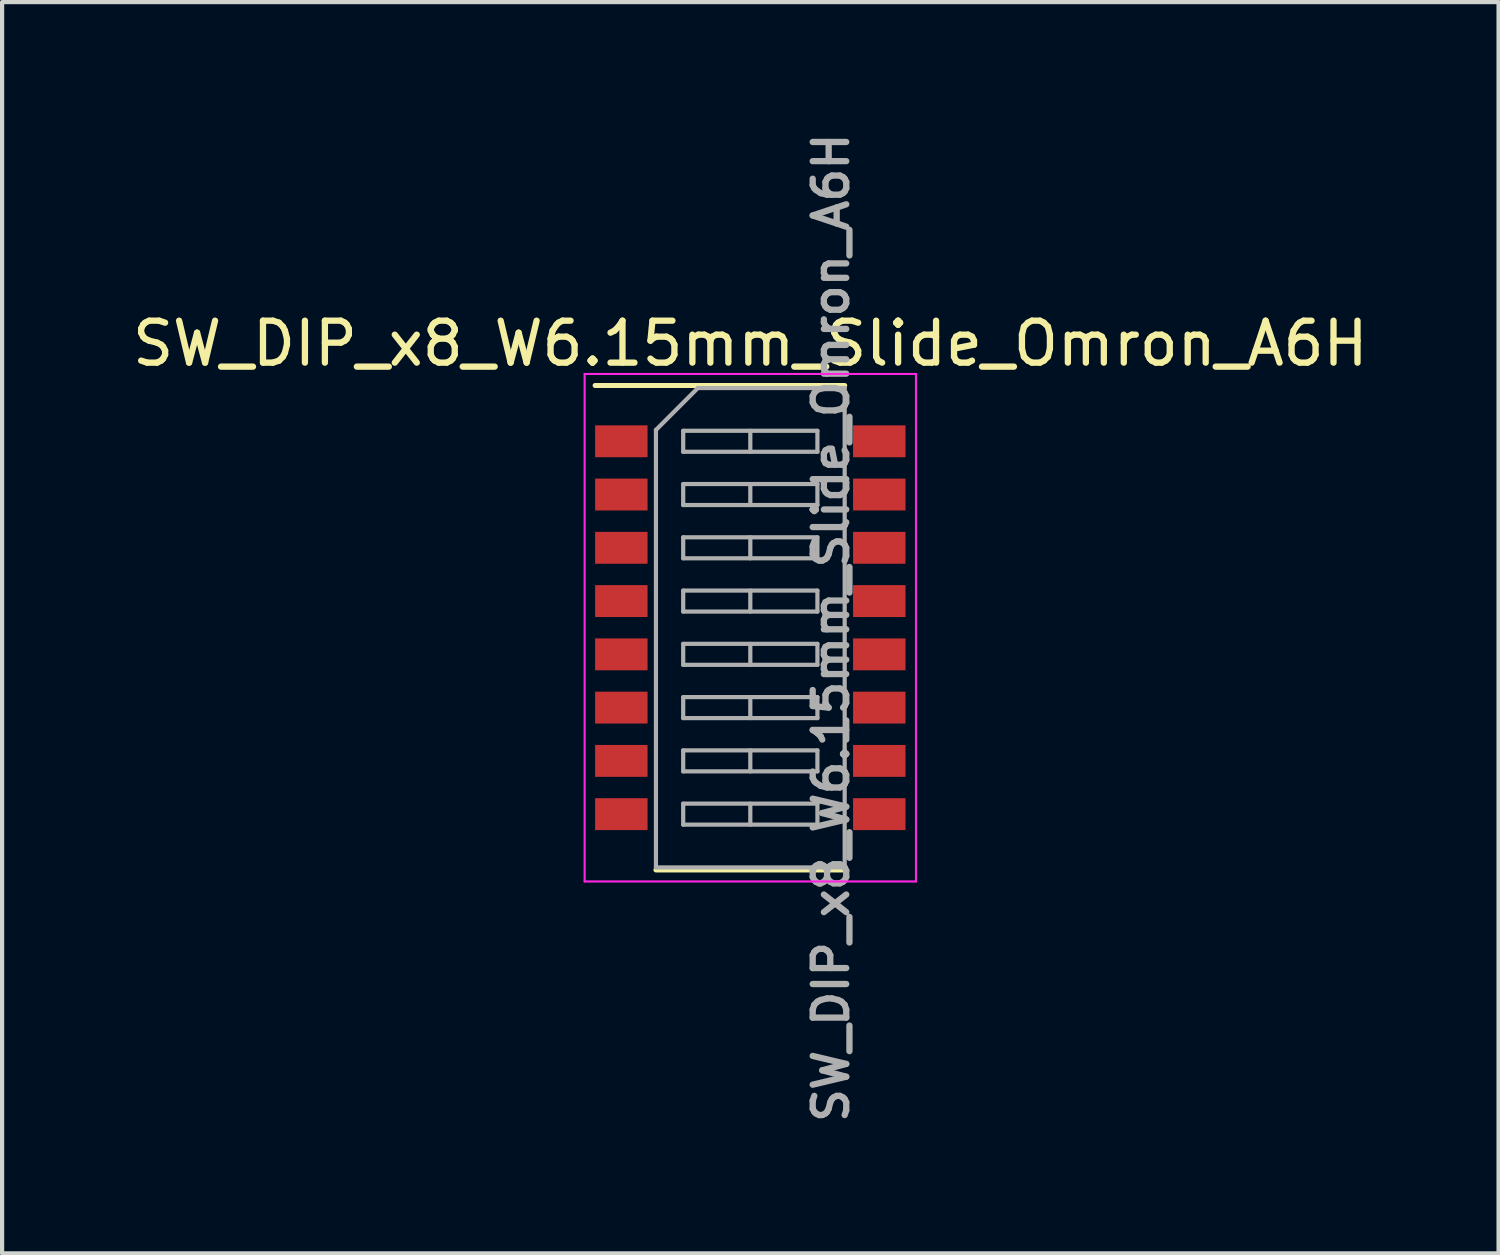
<source format=kicad_pcb>
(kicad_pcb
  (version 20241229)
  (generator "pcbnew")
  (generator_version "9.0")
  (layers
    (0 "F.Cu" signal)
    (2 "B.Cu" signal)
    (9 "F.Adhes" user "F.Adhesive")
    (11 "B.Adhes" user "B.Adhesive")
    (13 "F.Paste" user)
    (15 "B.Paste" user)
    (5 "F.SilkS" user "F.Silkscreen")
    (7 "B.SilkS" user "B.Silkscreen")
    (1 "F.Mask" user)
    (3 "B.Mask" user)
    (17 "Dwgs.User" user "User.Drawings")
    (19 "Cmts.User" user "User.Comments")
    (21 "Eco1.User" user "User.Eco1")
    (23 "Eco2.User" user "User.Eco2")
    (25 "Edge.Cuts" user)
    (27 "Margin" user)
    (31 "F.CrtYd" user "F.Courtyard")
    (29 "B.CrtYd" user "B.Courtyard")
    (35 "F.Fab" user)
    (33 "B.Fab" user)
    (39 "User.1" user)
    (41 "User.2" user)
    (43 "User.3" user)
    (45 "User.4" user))
  (footprint "SW_DIP_x8_W6.15mm_Slide_Omron_A6H"
    (layer "F.Cu")
    (at 14.839 11.916)
    (property "Reference" "SW_DIP_x8_W6.15mm_Slide_Omron_A6H" (at 0 -6.775 0) (layer "F.SilkS") (effects (font (size 1 1) (thickness 0.15))))
    (attr smd)
    (fp_line (start -3.7 -5.775) (end 2.25 -5.775) (stroke (width 0.12) (type solid)) (layer "F.SilkS"))
    (fp_line (start -2.25 5.775) (end 2.25 5.775) (stroke (width 0.12) (type solid)) (layer "F.SilkS"))
    (fp_line (start -3.95 -6.05) (end -3.95 6.05) (stroke (width 0.05) (type solid)) (layer "F.CrtYd"))
    (fp_line (start -3.95 6.05) (end 3.95 6.05) (stroke (width 0.05) (type solid)) (layer "F.CrtYd"))
    (fp_line (start 3.95 -6.05) (end -3.95 -6.05) (stroke (width 0.05) (type solid)) (layer "F.CrtYd"))
    (fp_line (start 3.95 6.05) (end 3.95 -6.05) (stroke (width 0.05) (type solid)) (layer "F.CrtYd"))
    (fp_line (start -2.25 -4.715) (end -1.25 -5.715) (stroke (width 0.1) (type solid)) (layer "F.Fab"))
    (fp_line (start -2.25 5.715) (end -2.25 -4.715) (stroke (width 0.1) (type solid)) (layer "F.Fab"))
    (fp_line (start -1.6 -4.695) (end -1.6 -4.195) (stroke (width 0.1) (type solid)) (layer "F.Fab"))
    (fp_line (start -1.6 -4.195) (end 1.6 -4.195) (stroke (width 0.1) (type solid)) (layer "F.Fab"))
    (fp_line (start -1.6 -3.425) (end -1.6 -2.925) (stroke (width 0.1) (type solid)) (layer "F.Fab"))
    (fp_line (start -1.6 -2.925) (end 1.6 -2.925) (stroke (width 0.1) (type solid)) (layer "F.Fab"))
    (fp_line (start -1.6 -2.155) (end -1.6 -1.655) (stroke (width 0.1) (type solid)) (layer "F.Fab"))
    (fp_line (start -1.6 -1.655) (end 1.6 -1.655) (stroke (width 0.1) (type solid)) (layer "F.Fab"))
    (fp_line (start -1.6 -0.885) (end -1.6 -0.385) (stroke (width 0.1) (type solid)) (layer "F.Fab"))
    (fp_line (start -1.6 -0.385) (end 1.6 -0.385) (stroke (width 0.1) (type solid)) (layer "F.Fab"))
    (fp_line (start -1.6 0.385) (end -1.6 0.885) (stroke (width 0.1) (type solid)) (layer "F.Fab"))
    (fp_line (start -1.6 0.885) (end 1.6 0.885) (stroke (width 0.1) (type solid)) (layer "F.Fab"))
    (fp_line (start -1.6 1.655) (end -1.6 2.155) (stroke (width 0.1) (type solid)) (layer "F.Fab"))
    (fp_line (start -1.6 2.155) (end 1.6 2.155) (stroke (width 0.1) (type solid)) (layer "F.Fab"))
    (fp_line (start -1.6 2.925) (end -1.6 3.425) (stroke (width 0.1) (type solid)) (layer "F.Fab"))
    (fp_line (start -1.6 3.425) (end 1.6 3.425) (stroke (width 0.1) (type solid)) (layer "F.Fab"))
    (fp_line (start -1.6 4.195) (end -1.6 4.695) (stroke (width 0.1) (type solid)) (layer "F.Fab"))
    (fp_line (start -1.6 4.695) (end 1.6 4.695) (stroke (width 0.1) (type solid)) (layer "F.Fab"))
    (fp_line (start -1.25 -5.715) (end 2.25 -5.715) (stroke (width 0.1) (type solid)) (layer "F.Fab"))
    (fp_line (start 0 -4.695) (end 0 -4.195) (stroke (width 0.1) (type solid)) (layer "F.Fab"))
    (fp_line (start 0 -3.425) (end 0 -2.925) (stroke (width 0.1) (type solid)) (layer "F.Fab"))
    (fp_line (start 0 -2.155) (end 0 -1.655) (stroke (width 0.1) (type solid)) (layer "F.Fab"))
    (fp_line (start 0 -0.885) (end 0 -0.385) (stroke (width 0.1) (type solid)) (layer "F.Fab"))
    (fp_line (start 0 0.385) (end 0 0.885) (stroke (width 0.1) (type solid)) (layer "F.Fab"))
    (fp_line (start 0 1.655) (end 0 2.155) (stroke (width 0.1) (type solid)) (layer "F.Fab"))
    (fp_line (start 0 2.925) (end 0 3.425) (stroke (width 0.1) (type solid)) (layer "F.Fab"))
    (fp_line (start 0 4.195) (end 0 4.695) (stroke (width 0.1) (type solid)) (layer "F.Fab"))
    (fp_line (start 1.6 -4.695) (end -1.6 -4.695) (stroke (width 0.1) (type solid)) (layer "F.Fab"))
    (fp_line (start 1.6 -4.195) (end 1.6 -4.695) (stroke (width 0.1) (type solid)) (layer "F.Fab"))
    (fp_line (start 1.6 -3.425) (end -1.6 -3.425) (stroke (width 0.1) (type solid)) (layer "F.Fab"))
    (fp_line (start 1.6 -2.925) (end 1.6 -3.425) (stroke (width 0.1) (type solid)) (layer "F.Fab"))
    (fp_line (start 1.6 -2.155) (end -1.6 -2.155) (stroke (width 0.1) (type solid)) (layer "F.Fab"))
    (fp_line (start 1.6 -1.655) (end 1.6 -2.155) (stroke (width 0.1) (type solid)) (layer "F.Fab"))
    (fp_line (start 1.6 -0.885) (end -1.6 -0.885) (stroke (width 0.1) (type solid)) (layer "F.Fab"))
    (fp_line (start 1.6 -0.385) (end 1.6 -0.885) (stroke (width 0.1) (type solid)) (layer "F.Fab"))
    (fp_line (start 1.6 0.385) (end -1.6 0.385) (stroke (width 0.1) (type solid)) (layer "F.Fab"))
    (fp_line (start 1.6 0.885) (end 1.6 0.385) (stroke (width 0.1) (type solid)) (layer "F.Fab"))
    (fp_line (start 1.6 1.655) (end -1.6 1.655) (stroke (width 0.1) (type solid)) (layer "F.Fab"))
    (fp_line (start 1.6 2.155) (end 1.6 1.655) (stroke (width 0.1) (type solid)) (layer "F.Fab"))
    (fp_line (start 1.6 2.925) (end -1.6 2.925) (stroke (width 0.1) (type solid)) (layer "F.Fab"))
    (fp_line (start 1.6 3.425) (end 1.6 2.925) (stroke (width 0.1) (type solid)) (layer "F.Fab"))
    (fp_line (start 1.6 4.195) (end -1.6 4.195) (stroke (width 0.1) (type solid)) (layer "F.Fab"))
    (fp_line (start 1.6 4.695) (end 1.6 4.195) (stroke (width 0.1) (type solid)) (layer "F.Fab"))
    (fp_line (start 2.25 -5.715) (end 2.25 5.715) (stroke (width 0.1) (type solid)) (layer "F.Fab"))
    (fp_line (start 2.25 5.715) (end -2.25 5.715) (stroke (width 0.1) (type solid)) (layer "F.Fab"))
    (fp_text user "${REFERENCE}" (at 1.925 0 90) (layer "F.Fab") (effects (font (size 0.8 0.8) (thickness 0.15))))
    (pad "1" smd rect (at -3.075 -4.445) (size 1.25 0.76) (layers "F.Cu" "F.Mask" "F.Paste"))
    (pad "2" smd rect (at -3.075 -3.175) (size 1.25 0.76) (layers "F.Cu" "F.Mask" "F.Paste"))
    (pad "3" smd rect (at -3.075 -1.905) (size 1.25 0.76) (layers "F.Cu" "F.Mask" "F.Paste"))
    (pad "4" smd rect (at -3.075 -0.635) (size 1.25 0.76) (layers "F.Cu" "F.Mask" "F.Paste"))
    (pad "5" smd rect (at -3.075 0.635) (size 1.25 0.76) (layers "F.Cu" "F.Mask" "F.Paste"))
    (pad "6" smd rect (at -3.075 1.905) (size 1.25 0.76) (layers "F.Cu" "F.Mask" "F.Paste"))
    (pad "7" smd rect (at -3.075 3.175) (size 1.25 0.76) (layers "F.Cu" "F.Mask" "F.Paste"))
    (pad "8" smd rect (at -3.075 4.445) (size 1.25 0.76) (layers "F.Cu" "F.Mask" "F.Paste"))
    (pad "9" smd rect (at 3.075 4.445) (size 1.25 0.76) (layers "F.Cu" "F.Mask" "F.Paste"))
    (pad "10" smd rect (at 3.075 3.175) (size 1.25 0.76) (layers "F.Cu" "F.Mask" "F.Paste"))
    (pad "11" smd rect (at 3.075 1.905) (size 1.25 0.76) (layers "F.Cu" "F.Mask" "F.Paste"))
    (pad "12" smd rect (at 3.075 0.635) (size 1.25 0.76) (layers "F.Cu" "F.Mask" "F.Paste"))
    (pad "13" smd rect (at 3.075 -0.635) (size 1.25 0.76) (layers "F.Cu" "F.Mask" "F.Paste"))
    (pad "14" smd rect (at 3.075 -1.905) (size 1.25 0.76) (layers "F.Cu" "F.Mask" "F.Paste"))
    (pad "15" smd rect (at 3.075 -3.175) (size 1.25 0.76) (layers "F.Cu" "F.Mask" "F.Paste"))
    (pad "16" smd rect (at 3.075 -4.445) (size 1.25 0.76) (layers "F.Cu" "F.Mask" "F.Paste")))
  (gr_rect
    (start -3 -3)
    (end 32.679 26.833)
    (stroke (width 0.1) (type default))
    (fill no)
    (layer "Edge.Cuts")))
</source>
